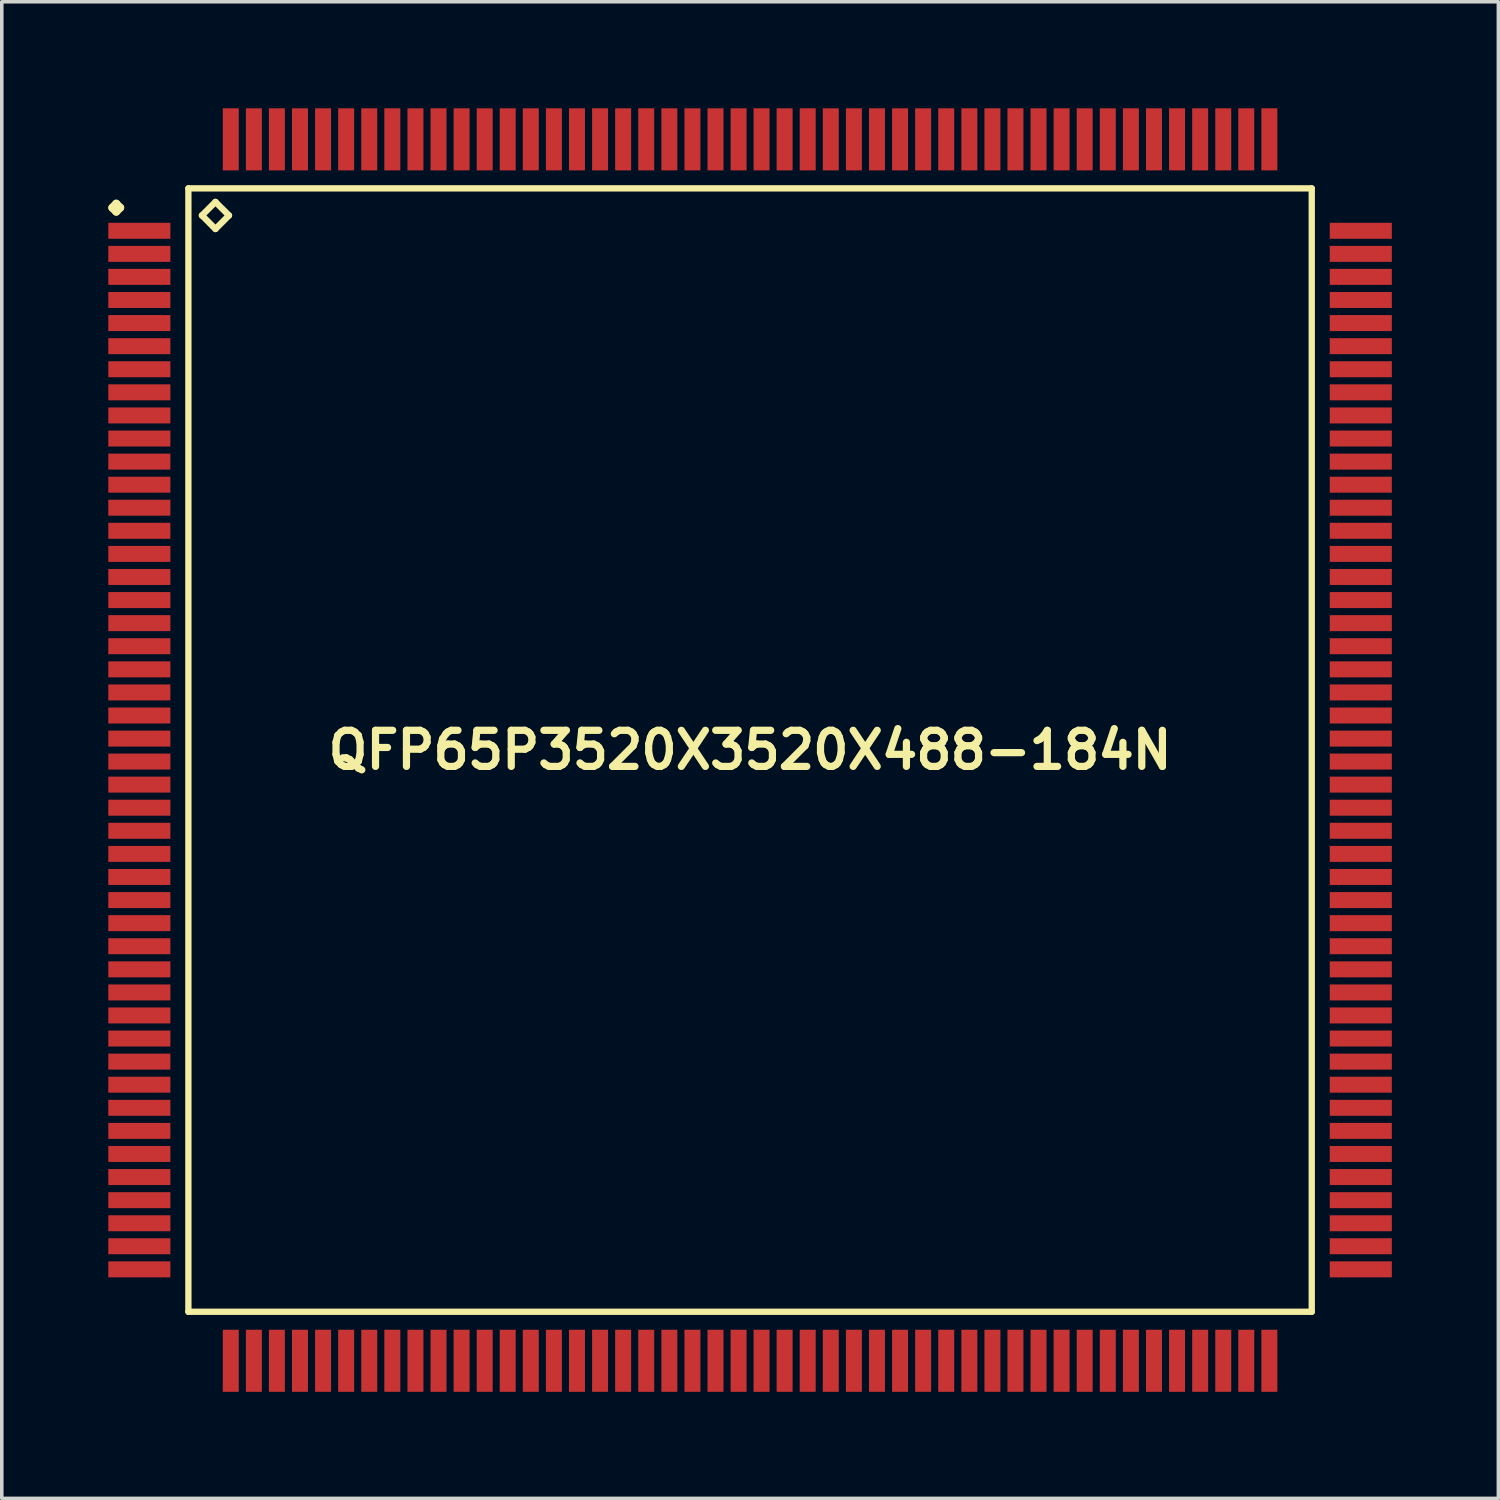
<source format=kicad_pcb>
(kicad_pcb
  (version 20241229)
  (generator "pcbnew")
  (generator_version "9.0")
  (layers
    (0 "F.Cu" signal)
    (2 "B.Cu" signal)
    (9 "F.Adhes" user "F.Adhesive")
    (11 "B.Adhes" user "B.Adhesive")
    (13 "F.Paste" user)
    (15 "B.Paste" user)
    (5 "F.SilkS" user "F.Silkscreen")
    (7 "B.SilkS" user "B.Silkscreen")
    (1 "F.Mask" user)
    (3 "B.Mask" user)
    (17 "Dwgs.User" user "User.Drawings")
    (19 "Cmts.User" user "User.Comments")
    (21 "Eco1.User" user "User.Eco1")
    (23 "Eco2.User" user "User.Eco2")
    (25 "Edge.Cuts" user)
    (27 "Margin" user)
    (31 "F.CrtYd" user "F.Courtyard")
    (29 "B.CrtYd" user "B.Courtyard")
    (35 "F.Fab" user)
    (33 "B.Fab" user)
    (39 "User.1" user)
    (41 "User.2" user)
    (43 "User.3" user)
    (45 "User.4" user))
  (footprint "QFP65P3520X3520X488-184N"
    (layer "F.Cu")
    (at 18.072 18.072)
    (property "Reference" "QFP65P3520X3520X488-184N" (at 0 0 0) (layer "F.SilkS") (effects (font (size 1.016 1.016) (thickness 0.203))))
    (attr smd)
    (fp_line (start -17.96 -15.273) (end -17.849 -15.387) (stroke (width 0.224) (type solid)) (layer "F.SilkS"))
    (fp_line (start -17.849 -15.387) (end -17.737 -15.273) (stroke (width 0.224) (type solid)) (layer "F.SilkS"))
    (fp_line (start -17.849 -15.161) (end -17.96 -15.273) (stroke (width 0.224) (type solid)) (layer "F.SilkS"))
    (fp_line (start -17.737 -15.273) (end -17.849 -15.161) (stroke (width 0.224) (type solid)) (layer "F.SilkS"))
    (fp_line (start -15.817 -15.817) (end -15.817 15.817) (stroke (width 0.178) (type solid)) (layer "F.SilkS"))
    (fp_line (start -15.817 15.817) (end 15.817 15.817) (stroke (width 0.178) (type solid)) (layer "F.SilkS"))
    (fp_line (start -15.436 -15.055) (end -15.055 -15.436) (stroke (width 0.178) (type solid)) (layer "F.SilkS"))
    (fp_line (start -15.055 -15.436) (end -14.674 -15.055) (stroke (width 0.178) (type solid)) (layer "F.SilkS"))
    (fp_line (start -15.055 -14.674) (end -15.436 -15.055) (stroke (width 0.178) (type solid)) (layer "F.SilkS"))
    (fp_line (start -14.674 -15.055) (end -15.055 -14.674) (stroke (width 0.178) (type solid)) (layer "F.SilkS"))
    (fp_line (start 15.817 -15.817) (end -15.817 -15.817) (stroke (width 0.178) (type solid)) (layer "F.SilkS"))
    (fp_line (start 15.817 15.817) (end 15.817 -15.817) (stroke (width 0.178) (type solid)) (layer "F.SilkS"))
    (pad "1" smd rect (at -17.198 -14.623) (size 1.748 0.45) (layers "F.Cu" "F.Mask" "F.Paste"))
    (pad "2" smd rect (at -17.198 -13.973) (size 1.748 0.45) (layers "F.Cu" "F.Mask" "F.Paste"))
    (pad "3" smd rect (at -17.198 -13.325) (size 1.748 0.45) (layers "F.Cu" "F.Mask" "F.Paste"))
    (pad "4" smd rect (at -17.198 -12.675) (size 1.748 0.45) (layers "F.Cu" "F.Mask" "F.Paste"))
    (pad "5" smd rect (at -17.198 -12.024) (size 1.748 0.45) (layers "F.Cu" "F.Mask" "F.Paste"))
    (pad "6" smd rect (at -17.198 -11.374) (size 1.748 0.45) (layers "F.Cu" "F.Mask" "F.Paste"))
    (pad "7" smd rect (at -17.198 -10.724) (size 1.748 0.45) (layers "F.Cu" "F.Mask" "F.Paste"))
    (pad "8" smd rect (at -17.198 -10.074) (size 1.748 0.45) (layers "F.Cu" "F.Mask" "F.Paste"))
    (pad "9" smd rect (at -17.198 -9.423) (size 1.748 0.45) (layers "F.Cu" "F.Mask" "F.Paste"))
    (pad "10" smd rect (at -17.198 -8.773) (size 1.748 0.45) (layers "F.Cu" "F.Mask" "F.Paste"))
    (pad "11" smd rect (at -17.198 -8.123) (size 1.748 0.45) (layers "F.Cu" "F.Mask" "F.Paste"))
    (pad "12" smd rect (at -17.198 -7.473) (size 1.748 0.45) (layers "F.Cu" "F.Mask" "F.Paste"))
    (pad "13" smd rect (at -17.198 -6.825) (size 1.748 0.45) (layers "F.Cu" "F.Mask" "F.Paste"))
    (pad "14" smd rect (at -17.198 -6.175) (size 1.748 0.45) (layers "F.Cu" "F.Mask" "F.Paste"))
    (pad "15" smd rect (at -17.198 -5.524) (size 1.748 0.45) (layers "F.Cu" "F.Mask" "F.Paste"))
    (pad "16" smd rect (at -17.198 -4.874) (size 1.748 0.45) (layers "F.Cu" "F.Mask" "F.Paste"))
    (pad "17" smd rect (at -17.198 -4.224) (size 1.748 0.45) (layers "F.Cu" "F.Mask" "F.Paste"))
    (pad "18" smd rect (at -17.198 -3.574) (size 1.748 0.45) (layers "F.Cu" "F.Mask" "F.Paste"))
    (pad "19" smd rect (at -17.198 -2.924) (size 1.748 0.45) (layers "F.Cu" "F.Mask" "F.Paste"))
    (pad "20" smd rect (at -17.198 -2.273) (size 1.748 0.45) (layers "F.Cu" "F.Mask" "F.Paste"))
    (pad "21" smd rect (at -17.198 -1.623) (size 1.748 0.45) (layers "F.Cu" "F.Mask" "F.Paste"))
    (pad "22" smd rect (at -17.198 -0.973) (size 1.748 0.45) (layers "F.Cu" "F.Mask" "F.Paste"))
    (pad "23" smd rect (at -17.198 -0.323) (size 1.748 0.45) (layers "F.Cu" "F.Mask" "F.Paste"))
    (pad "24" smd rect (at -17.198 0.323) (size 1.748 0.45) (layers "F.Cu" "F.Mask" "F.Paste"))
    (pad "25" smd rect (at -17.198 0.973) (size 1.748 0.45) (layers "F.Cu" "F.Mask" "F.Paste"))
    (pad "26" smd rect (at -17.198 1.623) (size 1.748 0.45) (layers "F.Cu" "F.Mask" "F.Paste"))
    (pad "27" smd rect (at -17.198 2.273) (size 1.748 0.45) (layers "F.Cu" "F.Mask" "F.Paste"))
    (pad "28" smd rect (at -17.198 2.924) (size 1.748 0.45) (layers "F.Cu" "F.Mask" "F.Paste"))
    (pad "29" smd rect (at -17.198 3.574) (size 1.748 0.45) (layers "F.Cu" "F.Mask" "F.Paste"))
    (pad "30" smd rect (at -17.198 4.224) (size 1.748 0.45) (layers "F.Cu" "F.Mask" "F.Paste"))
    (pad "31" smd rect (at -17.198 4.874) (size 1.748 0.45) (layers "F.Cu" "F.Mask" "F.Paste"))
    (pad "32" smd rect (at -17.198 5.524) (size 1.748 0.45) (layers "F.Cu" "F.Mask" "F.Paste"))
    (pad "33" smd rect (at -17.198 6.175) (size 1.748 0.45) (layers "F.Cu" "F.Mask" "F.Paste"))
    (pad "34" smd rect (at -17.198 6.825) (size 1.748 0.45) (layers "F.Cu" "F.Mask" "F.Paste"))
    (pad "35" smd rect (at -17.198 7.473) (size 1.748 0.45) (layers "F.Cu" "F.Mask" "F.Paste"))
    (pad "36" smd rect (at -17.198 8.123) (size 1.748 0.45) (layers "F.Cu" "F.Mask" "F.Paste"))
    (pad "37" smd rect (at -17.198 8.773) (size 1.748 0.45) (layers "F.Cu" "F.Mask" "F.Paste"))
    (pad "38" smd rect (at -17.198 9.423) (size 1.748 0.45) (layers "F.Cu" "F.Mask" "F.Paste"))
    (pad "39" smd rect (at -17.198 10.074) (size 1.748 0.45) (layers "F.Cu" "F.Mask" "F.Paste"))
    (pad "40" smd rect (at -17.198 10.724) (size 1.748 0.45) (layers "F.Cu" "F.Mask" "F.Paste"))
    (pad "41" smd rect (at -17.198 11.374) (size 1.748 0.45) (layers "F.Cu" "F.Mask" "F.Paste"))
    (pad "42" smd rect (at -17.198 12.024) (size 1.748 0.45) (layers "F.Cu" "F.Mask" "F.Paste"))
    (pad "43" smd rect (at -17.198 12.675) (size 1.748 0.45) (layers "F.Cu" "F.Mask" "F.Paste"))
    (pad "44" smd rect (at -17.198 13.325) (size 1.748 0.45) (layers "F.Cu" "F.Mask" "F.Paste"))
    (pad "45" smd rect (at -17.198 13.973) (size 1.748 0.45) (layers "F.Cu" "F.Mask" "F.Paste"))
    (pad "46" smd rect (at -17.198 14.623) (size 1.748 0.45) (layers "F.Cu" "F.Mask" "F.Paste"))
    (pad "47" smd rect (at -14.623 17.198) (size 0.45 1.748) (layers "F.Cu" "F.Mask" "F.Paste"))
    (pad "48" smd rect (at -13.973 17.198) (size 0.45 1.748) (layers "F.Cu" "F.Mask" "F.Paste"))
    (pad "49" smd rect (at -13.325 17.198) (size 0.45 1.748) (layers "F.Cu" "F.Mask" "F.Paste"))
    (pad "50" smd rect (at -12.675 17.198) (size 0.45 1.748) (layers "F.Cu" "F.Mask" "F.Paste"))
    (pad "51" smd rect (at -12.024 17.198) (size 0.45 1.748) (layers "F.Cu" "F.Mask" "F.Paste"))
    (pad "52" smd rect (at -11.374 17.198) (size 0.45 1.748) (layers "F.Cu" "F.Mask" "F.Paste"))
    (pad "53" smd rect (at -10.724 17.198) (size 0.45 1.748) (layers "F.Cu" "F.Mask" "F.Paste"))
    (pad "54" smd rect (at -10.074 17.198) (size 0.45 1.748) (layers "F.Cu" "F.Mask" "F.Paste"))
    (pad "55" smd rect (at -9.423 17.198) (size 0.45 1.748) (layers "F.Cu" "F.Mask" "F.Paste"))
    (pad "56" smd rect (at -8.773 17.198) (size 0.45 1.748) (layers "F.Cu" "F.Mask" "F.Paste"))
    (pad "57" smd rect (at -8.123 17.198) (size 0.45 1.748) (layers "F.Cu" "F.Mask" "F.Paste"))
    (pad "58" smd rect (at -7.473 17.198) (size 0.45 1.748) (layers "F.Cu" "F.Mask" "F.Paste"))
    (pad "59" smd rect (at -6.825 17.198) (size 0.45 1.748) (layers "F.Cu" "F.Mask" "F.Paste"))
    (pad "60" smd rect (at -6.175 17.198) (size 0.45 1.748) (layers "F.Cu" "F.Mask" "F.Paste"))
    (pad "61" smd rect (at -5.524 17.198) (size 0.45 1.748) (layers "F.Cu" "F.Mask" "F.Paste"))
    (pad "62" smd rect (at -4.874 17.198) (size 0.45 1.748) (layers "F.Cu" "F.Mask" "F.Paste"))
    (pad "63" smd rect (at -4.224 17.198) (size 0.45 1.748) (layers "F.Cu" "F.Mask" "F.Paste"))
    (pad "64" smd rect (at -3.574 17.198) (size 0.45 1.748) (layers "F.Cu" "F.Mask" "F.Paste"))
    (pad "65" smd rect (at -2.924 17.198) (size 0.45 1.748) (layers "F.Cu" "F.Mask" "F.Paste"))
    (pad "66" smd rect (at -2.273 17.198) (size 0.45 1.748) (layers "F.Cu" "F.Mask" "F.Paste"))
    (pad "67" smd rect (at -1.623 17.198) (size 0.45 1.748) (layers "F.Cu" "F.Mask" "F.Paste"))
    (pad "68" smd rect (at -0.973 17.198) (size 0.45 1.748) (layers "F.Cu" "F.Mask" "F.Paste"))
    (pad "69" smd rect (at -0.323 17.198) (size 0.45 1.748) (layers "F.Cu" "F.Mask" "F.Paste"))
    (pad "70" smd rect (at 0.323 17.198) (size 0.45 1.748) (layers "F.Cu" "F.Mask" "F.Paste"))
    (pad "71" smd rect (at 0.973 17.198) (size 0.45 1.748) (layers "F.Cu" "F.Mask" "F.Paste"))
    (pad "72" smd rect (at 1.623 17.198) (size 0.45 1.748) (layers "F.Cu" "F.Mask" "F.Paste"))
    (pad "73" smd rect (at 2.273 17.198) (size 0.45 1.748) (layers "F.Cu" "F.Mask" "F.Paste"))
    (pad "74" smd rect (at 2.924 17.198) (size 0.45 1.748) (layers "F.Cu" "F.Mask" "F.Paste"))
    (pad "75" smd rect (at 3.574 17.198) (size 0.45 1.748) (layers "F.Cu" "F.Mask" "F.Paste"))
    (pad "76" smd rect (at 4.224 17.198) (size 0.45 1.748) (layers "F.Cu" "F.Mask" "F.Paste"))
    (pad "77" smd rect (at 4.874 17.198) (size 0.45 1.748) (layers "F.Cu" "F.Mask" "F.Paste"))
    (pad "78" smd rect (at 5.524 17.198) (size 0.45 1.748) (layers "F.Cu" "F.Mask" "F.Paste"))
    (pad "79" smd rect (at 6.175 17.198) (size 0.45 1.748) (layers "F.Cu" "F.Mask" "F.Paste"))
    (pad "80" smd rect (at 6.825 17.198) (size 0.45 1.748) (layers "F.Cu" "F.Mask" "F.Paste"))
    (pad "81" smd rect (at 7.473 17.198) (size 0.45 1.748) (layers "F.Cu" "F.Mask" "F.Paste"))
    (pad "82" smd rect (at 8.123 17.198) (size 0.45 1.748) (layers "F.Cu" "F.Mask" "F.Paste"))
    (pad "83" smd rect (at 8.773 17.198) (size 0.45 1.748) (layers "F.Cu" "F.Mask" "F.Paste"))
    (pad "84" smd rect (at 9.423 17.198) (size 0.45 1.748) (layers "F.Cu" "F.Mask" "F.Paste"))
    (pad "85" smd rect (at 10.074 17.198) (size 0.45 1.748) (layers "F.Cu" "F.Mask" "F.Paste"))
    (pad "86" smd rect (at 10.724 17.198) (size 0.45 1.748) (layers "F.Cu" "F.Mask" "F.Paste"))
    (pad "87" smd rect (at 11.374 17.198) (size 0.45 1.748) (layers "F.Cu" "F.Mask" "F.Paste"))
    (pad "88" smd rect (at 12.024 17.198) (size 0.45 1.748) (layers "F.Cu" "F.Mask" "F.Paste"))
    (pad "89" smd rect (at 12.675 17.198) (size 0.45 1.748) (layers "F.Cu" "F.Mask" "F.Paste"))
    (pad "90" smd rect (at 13.325 17.198) (size 0.45 1.748) (layers "F.Cu" "F.Mask" "F.Paste"))
    (pad "91" smd rect (at 13.973 17.198) (size 0.45 1.748) (layers "F.Cu" "F.Mask" "F.Paste"))
    (pad "92" smd rect (at 14.623 17.198) (size 0.45 1.748) (layers "F.Cu" "F.Mask" "F.Paste"))
    (pad "93" smd rect (at 17.198 14.623) (size 1.748 0.45) (layers "F.Cu" "F.Mask" "F.Paste"))
    (pad "94" smd rect (at 17.198 13.973) (size 1.748 0.45) (layers "F.Cu" "F.Mask" "F.Paste"))
    (pad "95" smd rect (at 17.198 13.325) (size 1.748 0.45) (layers "F.Cu" "F.Mask" "F.Paste"))
    (pad "96" smd rect (at 17.198 12.675) (size 1.748 0.45) (layers "F.Cu" "F.Mask" "F.Paste"))
    (pad "97" smd rect (at 17.198 12.024) (size 1.748 0.45) (layers "F.Cu" "F.Mask" "F.Paste"))
    (pad "98" smd rect (at 17.198 11.374) (size 1.748 0.45) (layers "F.Cu" "F.Mask" "F.Paste"))
    (pad "99" smd rect (at 17.198 10.724) (size 1.748 0.45) (layers "F.Cu" "F.Mask" "F.Paste"))
    (pad "100" smd rect (at 17.198 10.074) (size 1.748 0.45) (layers "F.Cu" "F.Mask" "F.Paste"))
    (pad "101" smd rect (at 17.198 9.423) (size 1.748 0.45) (layers "F.Cu" "F.Mask" "F.Paste"))
    (pad "102" smd rect (at 17.198 8.773) (size 1.748 0.45) (layers "F.Cu" "F.Mask" "F.Paste"))
    (pad "103" smd rect (at 17.198 8.123) (size 1.748 0.45) (layers "F.Cu" "F.Mask" "F.Paste"))
    (pad "104" smd rect (at 17.198 7.473) (size 1.748 0.45) (layers "F.Cu" "F.Mask" "F.Paste"))
    (pad "105" smd rect (at 17.198 6.825) (size 1.748 0.45) (layers "F.Cu" "F.Mask" "F.Paste"))
    (pad "106" smd rect (at 17.198 6.175) (size 1.748 0.45) (layers "F.Cu" "F.Mask" "F.Paste"))
    (pad "107" smd rect (at 17.198 5.524) (size 1.748 0.45) (layers "F.Cu" "F.Mask" "F.Paste"))
    (pad "108" smd rect (at 17.198 4.874) (size 1.748 0.45) (layers "F.Cu" "F.Mask" "F.Paste"))
    (pad "109" smd rect (at 17.198 4.224) (size 1.748 0.45) (layers "F.Cu" "F.Mask" "F.Paste"))
    (pad "110" smd rect (at 17.198 3.574) (size 1.748 0.45) (layers "F.Cu" "F.Mask" "F.Paste"))
    (pad "111" smd rect (at 17.198 2.924) (size 1.748 0.45) (layers "F.Cu" "F.Mask" "F.Paste"))
    (pad "112" smd rect (at 17.198 2.273) (size 1.748 0.45) (layers "F.Cu" "F.Mask" "F.Paste"))
    (pad "113" smd rect (at 17.198 1.623) (size 1.748 0.45) (layers "F.Cu" "F.Mask" "F.Paste"))
    (pad "114" smd rect (at 17.198 0.973) (size 1.748 0.45) (layers "F.Cu" "F.Mask" "F.Paste"))
    (pad "115" smd rect (at 17.198 0.323) (size 1.748 0.45) (layers "F.Cu" "F.Mask" "F.Paste"))
    (pad "116" smd rect (at 17.198 -0.323) (size 1.748 0.45) (layers "F.Cu" "F.Mask" "F.Paste"))
    (pad "117" smd rect (at 17.198 -0.973) (size 1.748 0.45) (layers "F.Cu" "F.Mask" "F.Paste"))
    (pad "118" smd rect (at 17.198 -1.623) (size 1.748 0.45) (layers "F.Cu" "F.Mask" "F.Paste"))
    (pad "119" smd rect (at 17.198 -2.273) (size 1.748 0.45) (layers "F.Cu" "F.Mask" "F.Paste"))
    (pad "120" smd rect (at 17.198 -2.924) (size 1.748 0.45) (layers "F.Cu" "F.Mask" "F.Paste"))
    (pad "121" smd rect (at 17.198 -3.574) (size 1.748 0.45) (layers "F.Cu" "F.Mask" "F.Paste"))
    (pad "122" smd rect (at 17.198 -4.224) (size 1.748 0.45) (layers "F.Cu" "F.Mask" "F.Paste"))
    (pad "123" smd rect (at 17.198 -4.874) (size 1.748 0.45) (layers "F.Cu" "F.Mask" "F.Paste"))
    (pad "124" smd rect (at 17.198 -5.524) (size 1.748 0.45) (layers "F.Cu" "F.Mask" "F.Paste"))
    (pad "125" smd rect (at 17.198 -6.175) (size 1.748 0.45) (layers "F.Cu" "F.Mask" "F.Paste"))
    (pad "126" smd rect (at 17.198 -6.825) (size 1.748 0.45) (layers "F.Cu" "F.Mask" "F.Paste"))
    (pad "127" smd rect (at 17.198 -7.473) (size 1.748 0.45) (layers "F.Cu" "F.Mask" "F.Paste"))
    (pad "128" smd rect (at 17.198 -8.123) (size 1.748 0.45) (layers "F.Cu" "F.Mask" "F.Paste"))
    (pad "129" smd rect (at 17.198 -8.773) (size 1.748 0.45) (layers "F.Cu" "F.Mask" "F.Paste"))
    (pad "130" smd rect (at 17.198 -9.423) (size 1.748 0.45) (layers "F.Cu" "F.Mask" "F.Paste"))
    (pad "131" smd rect (at 17.198 -10.074) (size 1.748 0.45) (layers "F.Cu" "F.Mask" "F.Paste"))
    (pad "132" smd rect (at 17.198 -10.724) (size 1.748 0.45) (layers "F.Cu" "F.Mask" "F.Paste"))
    (pad "133" smd rect (at 17.198 -11.374) (size 1.748 0.45) (layers "F.Cu" "F.Mask" "F.Paste"))
    (pad "134" smd rect (at 17.198 -12.024) (size 1.748 0.45) (layers "F.Cu" "F.Mask" "F.Paste"))
    (pad "135" smd rect (at 17.198 -12.675) (size 1.748 0.45) (layers "F.Cu" "F.Mask" "F.Paste"))
    (pad "136" smd rect (at 17.198 -13.325) (size 1.748 0.45) (layers "F.Cu" "F.Mask" "F.Paste"))
    (pad "137" smd rect (at 17.198 -13.973) (size 1.748 0.45) (layers "F.Cu" "F.Mask" "F.Paste"))
    (pad "138" smd rect (at 17.198 -14.623) (size 1.748 0.45) (layers "F.Cu" "F.Mask" "F.Paste"))
    (pad "139" smd rect (at 14.623 -17.198) (size 0.45 1.748) (layers "F.Cu" "F.Mask" "F.Paste"))
    (pad "140" smd rect (at 13.973 -17.198) (size 0.45 1.748) (layers "F.Cu" "F.Mask" "F.Paste"))
    (pad "141" smd rect (at 13.325 -17.198) (size 0.45 1.748) (layers "F.Cu" "F.Mask" "F.Paste"))
    (pad "142" smd rect (at 12.675 -17.198) (size 0.45 1.748) (layers "F.Cu" "F.Mask" "F.Paste"))
    (pad "143" smd rect (at 12.024 -17.198) (size 0.45 1.748) (layers "F.Cu" "F.Mask" "F.Paste"))
    (pad "144" smd rect (at 11.374 -17.198) (size 0.45 1.748) (layers "F.Cu" "F.Mask" "F.Paste"))
    (pad "145" smd rect (at 10.724 -17.198) (size 0.45 1.748) (layers "F.Cu" "F.Mask" "F.Paste"))
    (pad "146" smd rect (at 10.074 -17.198) (size 0.45 1.748) (layers "F.Cu" "F.Mask" "F.Paste"))
    (pad "147" smd rect (at 9.423 -17.198) (size 0.45 1.748) (layers "F.Cu" "F.Mask" "F.Paste"))
    (pad "148" smd rect (at 8.773 -17.198) (size 0.45 1.748) (layers "F.Cu" "F.Mask" "F.Paste"))
    (pad "149" smd rect (at 8.123 -17.198) (size 0.45 1.748) (layers "F.Cu" "F.Mask" "F.Paste"))
    (pad "150" smd rect (at 7.473 -17.198) (size 0.45 1.748) (layers "F.Cu" "F.Mask" "F.Paste"))
    (pad "151" smd rect (at 6.825 -17.198) (size 0.45 1.748) (layers "F.Cu" "F.Mask" "F.Paste"))
    (pad "152" smd rect (at 6.175 -17.198) (size 0.45 1.748) (layers "F.Cu" "F.Mask" "F.Paste"))
    (pad "153" smd rect (at 5.524 -17.198) (size 0.45 1.748) (layers "F.Cu" "F.Mask" "F.Paste"))
    (pad "154" smd rect (at 4.874 -17.198) (size 0.45 1.748) (layers "F.Cu" "F.Mask" "F.Paste"))
    (pad "155" smd rect (at 4.224 -17.198) (size 0.45 1.748) (layers "F.Cu" "F.Mask" "F.Paste"))
    (pad "156" smd rect (at 3.574 -17.198) (size 0.45 1.748) (layers "F.Cu" "F.Mask" "F.Paste"))
    (pad "157" smd rect (at 2.924 -17.198) (size 0.45 1.748) (layers "F.Cu" "F.Mask" "F.Paste"))
    (pad "158" smd rect (at 2.273 -17.198) (size 0.45 1.748) (layers "F.Cu" "F.Mask" "F.Paste"))
    (pad "159" smd rect (at 1.623 -17.198) (size 0.45 1.748) (layers "F.Cu" "F.Mask" "F.Paste"))
    (pad "160" smd rect (at 0.973 -17.198) (size 0.45 1.748) (layers "F.Cu" "F.Mask" "F.Paste"))
    (pad "161" smd rect (at 0.323 -17.198) (size 0.45 1.748) (layers "F.Cu" "F.Mask" "F.Paste"))
    (pad "162" smd rect (at -0.323 -17.198) (size 0.45 1.748) (layers "F.Cu" "F.Mask" "F.Paste"))
    (pad "163" smd rect (at -0.973 -17.198) (size 0.45 1.748) (layers "F.Cu" "F.Mask" "F.Paste"))
    (pad "164" smd rect (at -1.623 -17.198) (size 0.45 1.748) (layers "F.Cu" "F.Mask" "F.Paste"))
    (pad "165" smd rect (at -2.273 -17.198) (size 0.45 1.748) (layers "F.Cu" "F.Mask" "F.Paste"))
    (pad "166" smd rect (at -2.924 -17.198) (size 0.45 1.748) (layers "F.Cu" "F.Mask" "F.Paste"))
    (pad "167" smd rect (at -3.574 -17.198) (size 0.45 1.748) (layers "F.Cu" "F.Mask" "F.Paste"))
    (pad "168" smd rect (at -4.224 -17.198) (size 0.45 1.748) (layers "F.Cu" "F.Mask" "F.Paste"))
    (pad "169" smd rect (at -4.874 -17.198) (size 0.45 1.748) (layers "F.Cu" "F.Mask" "F.Paste"))
    (pad "170" smd rect (at -5.524 -17.198) (size 0.45 1.748) (layers "F.Cu" "F.Mask" "F.Paste"))
    (pad "171" smd rect (at -6.175 -17.198) (size 0.45 1.748) (layers "F.Cu" "F.Mask" "F.Paste"))
    (pad "172" smd rect (at -6.825 -17.198) (size 0.45 1.748) (layers "F.Cu" "F.Mask" "F.Paste"))
    (pad "173" smd rect (at -7.473 -17.198) (size 0.45 1.748) (layers "F.Cu" "F.Mask" "F.Paste"))
    (pad "174" smd rect (at -8.123 -17.198) (size 0.45 1.748) (layers "F.Cu" "F.Mask" "F.Paste"))
    (pad "175" smd rect (at -8.773 -17.198) (size 0.45 1.748) (layers "F.Cu" "F.Mask" "F.Paste"))
    (pad "176" smd rect (at -9.423 -17.198) (size 0.45 1.748) (layers "F.Cu" "F.Mask" "F.Paste"))
    (pad "177" smd rect (at -10.074 -17.198) (size 0.45 1.748) (layers "F.Cu" "F.Mask" "F.Paste"))
    (pad "178" smd rect (at -10.724 -17.198) (size 0.45 1.748) (layers "F.Cu" "F.Mask" "F.Paste"))
    (pad "179" smd rect (at -11.374 -17.198) (size 0.45 1.748) (layers "F.Cu" "F.Mask" "F.Paste"))
    (pad "180" smd rect (at -12.024 -17.198) (size 0.45 1.748) (layers "F.Cu" "F.Mask" "F.Paste"))
    (pad "181" smd rect (at -12.675 -17.198) (size 0.45 1.748) (layers "F.Cu" "F.Mask" "F.Paste"))
    (pad "182" smd rect (at -13.325 -17.198) (size 0.45 1.748) (layers "F.Cu" "F.Mask" "F.Paste"))
    (pad "183" smd rect (at -13.973 -17.198) (size 0.45 1.748) (layers "F.Cu" "F.Mask" "F.Paste"))
    (pad "184" smd rect (at -14.623 -17.198) (size 0.45 1.748) (layers "F.Cu" "F.Mask" "F.Paste")))
  (gr_rect
    (start -3 -3)
    (end 39.144 39.144)
    (stroke (width 0.1) (type default))
    (fill no)
    (layer "Edge.Cuts")))
</source>
